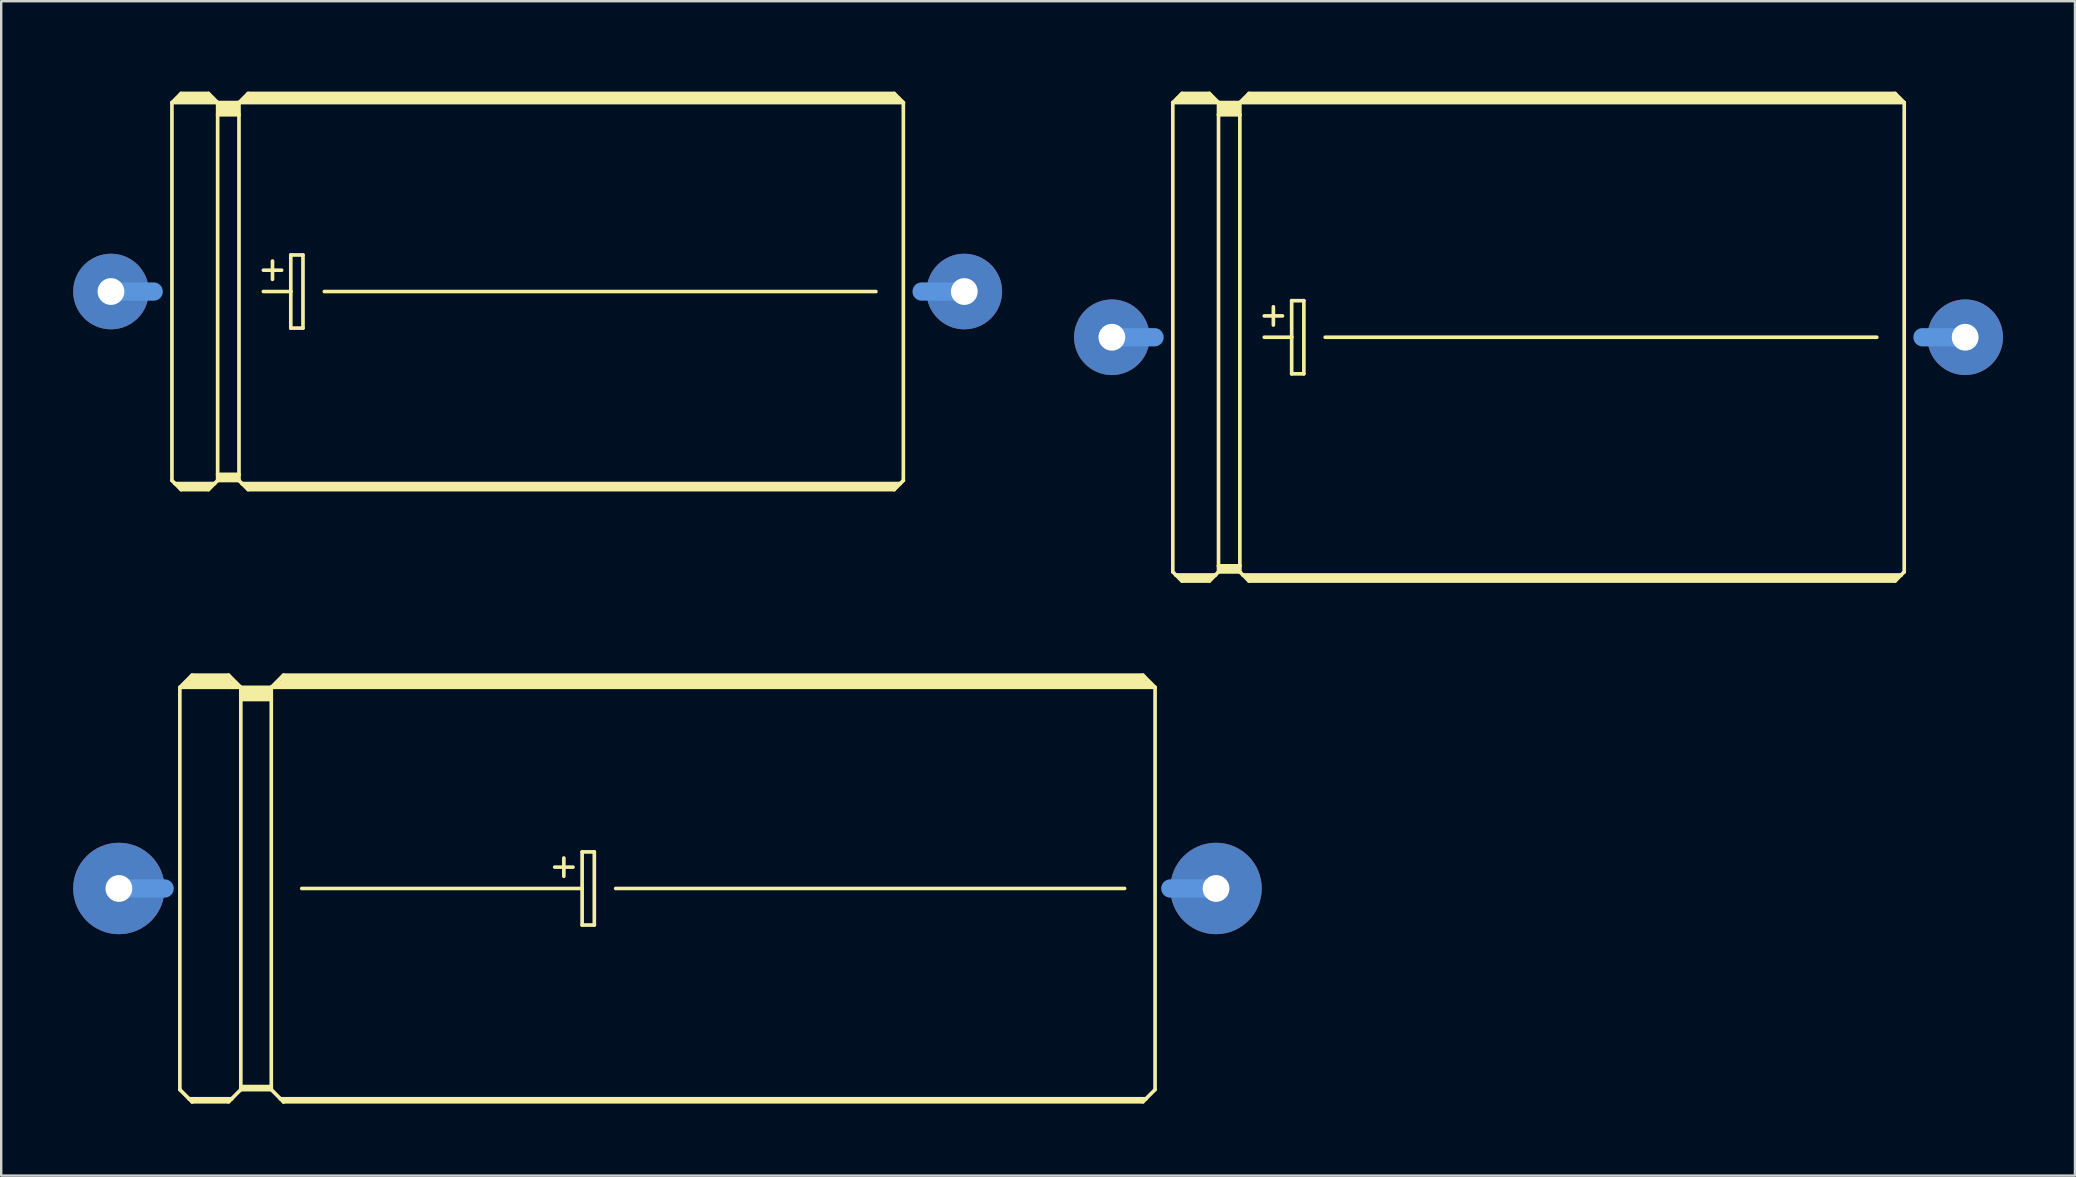
<source format=kicad_pcb>
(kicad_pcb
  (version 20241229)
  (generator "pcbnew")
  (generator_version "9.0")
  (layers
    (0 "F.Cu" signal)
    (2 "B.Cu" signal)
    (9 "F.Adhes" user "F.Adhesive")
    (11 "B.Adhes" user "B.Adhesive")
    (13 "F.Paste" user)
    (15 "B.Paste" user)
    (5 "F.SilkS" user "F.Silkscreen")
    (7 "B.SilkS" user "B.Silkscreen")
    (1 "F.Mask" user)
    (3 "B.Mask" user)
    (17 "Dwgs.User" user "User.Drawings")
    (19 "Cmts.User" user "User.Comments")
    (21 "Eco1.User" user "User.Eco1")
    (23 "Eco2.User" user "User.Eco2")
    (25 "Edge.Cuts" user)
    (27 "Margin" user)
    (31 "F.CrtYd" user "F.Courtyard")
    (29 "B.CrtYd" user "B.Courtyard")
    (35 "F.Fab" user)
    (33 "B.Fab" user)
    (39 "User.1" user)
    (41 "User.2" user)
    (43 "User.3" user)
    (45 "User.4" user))
  (footprint "E35-18"
    (layer "F.Cu")
    (at 61.064 11.004)
    (property "Reference" "E35-18" (at -11.303 -9.652 0) (layer "Eco1.User") (effects (font (size 1.778 1.778) (thickness 0.178))))
    (attr through_hole)
    (fp_line (start -15.24 -9.779) (end -15.24 9.779) (stroke (width 0.152) (type solid)) (layer "F.SilkS"))
    (fp_line (start -15.24 -9.779) (end -14.859 -10.16) (stroke (width 0.152) (type solid)) (layer "F.SilkS"))
    (fp_line (start -15.24 -9.779) (end -13.335 -9.779) (stroke (width 0.152) (type solid)) (layer "F.SilkS"))
    (fp_line (start -15.24 9.779) (end -15.113 9.906) (stroke (width 0.152) (type solid)) (layer "F.SilkS"))
    (fp_line (start -15.113 9.906) (end -14.859 10.16) (stroke (width 0.152) (type solid)) (layer "F.SilkS"))
    (fp_line (start -15.113 9.906) (end -13.462 9.906) (stroke (width 0.152) (type solid)) (layer "F.SilkS"))
    (fp_line (start -14.986 -9.906) (end -13.589 -9.906) (stroke (width 0.305) (type solid)) (layer "F.SilkS"))
    (fp_line (start -14.859 -10.16) (end -13.716 -10.16) (stroke (width 0.152) (type solid)) (layer "F.SilkS"))
    (fp_line (start -14.859 -10.033) (end -13.716 -10.033) (stroke (width 0.305) (type solid)) (layer "F.SilkS"))
    (fp_line (start -14.859 10.033) (end -13.716 10.033) (stroke (width 0.305) (type solid)) (layer "F.SilkS"))
    (fp_line (start -14.859 10.16) (end -13.716 10.16) (stroke (width 0.152) (type solid)) (layer "F.SilkS"))
    (fp_line (start -13.462 9.906) (end -13.716 10.16) (stroke (width 0.152) (type solid)) (layer "F.SilkS"))
    (fp_line (start -13.335 -9.779) (end -13.716 -10.16) (stroke (width 0.152) (type solid)) (layer "F.SilkS"))
    (fp_line (start -13.335 -9.779) (end -13.335 -9.271) (stroke (width 0.152) (type solid)) (layer "F.SilkS"))
    (fp_line (start -13.335 -9.779) (end -12.446 -9.779) (stroke (width 0.152) (type solid)) (layer "F.SilkS"))
    (fp_line (start -13.335 -9.271) (end -13.335 9.525) (stroke (width 0.152) (type solid)) (layer "F.SilkS"))
    (fp_line (start -13.335 -9.271) (end -12.446 -9.271) (stroke (width 0.152) (type solid)) (layer "F.SilkS"))
    (fp_line (start -13.335 9.525) (end -13.335 9.779) (stroke (width 0.152) (type solid)) (layer "F.SilkS"))
    (fp_line (start -13.335 9.525) (end -12.446 9.525) (stroke (width 0.152) (type solid)) (layer "F.SilkS"))
    (fp_line (start -13.335 9.779) (end -13.462 9.906) (stroke (width 0.152) (type solid)) (layer "F.SilkS"))
    (fp_line (start -13.335 9.779) (end -12.446 9.779) (stroke (width 0.152) (type solid)) (layer "F.SilkS"))
    (fp_line (start -13.208 -9.652) (end -12.573 -9.652) (stroke (width 0.305) (type solid)) (layer "F.SilkS"))
    (fp_line (start -13.208 -9.398) (end -12.573 -9.398) (stroke (width 0.305) (type solid)) (layer "F.SilkS"))
    (fp_line (start -13.208 9.652) (end -12.573 9.652) (stroke (width 0.305) (type solid)) (layer "F.SilkS"))
    (fp_line (start -12.446 -9.779) (end -12.446 -9.271) (stroke (width 0.152) (type solid)) (layer "F.SilkS"))
    (fp_line (start -12.446 -9.779) (end -12.065 -10.16) (stroke (width 0.152) (type solid)) (layer "F.SilkS"))
    (fp_line (start -12.446 -9.779) (end 15.24 -9.779) (stroke (width 0.152) (type solid)) (layer "F.SilkS"))
    (fp_line (start -12.446 -9.271) (end -12.446 9.525) (stroke (width 0.152) (type solid)) (layer "F.SilkS"))
    (fp_line (start -12.446 9.525) (end -12.446 9.779) (stroke (width 0.152) (type solid)) (layer "F.SilkS"))
    (fp_line (start -12.319 9.906) (end -12.446 9.779) (stroke (width 0.152) (type solid)) (layer "F.SilkS"))
    (fp_line (start -12.319 9.906) (end 15.113 9.906) (stroke (width 0.152) (type solid)) (layer "F.SilkS"))
    (fp_line (start -12.192 -9.906) (end 14.986 -9.906) (stroke (width 0.305) (type solid)) (layer "F.SilkS"))
    (fp_line (start -12.065 -10.033) (end 14.859 -10.033) (stroke (width 0.305) (type solid)) (layer "F.SilkS"))
    (fp_line (start -12.065 10.033) (end 14.859 10.033) (stroke (width 0.305) (type solid)) (layer "F.SilkS"))
    (fp_line (start -12.065 10.16) (end -12.319 9.906) (stroke (width 0.152) (type solid)) (layer "F.SilkS"))
    (fp_line (start -11.43 -0.889) (end -10.668 -0.889) (stroke (width 0.152) (type solid)) (layer "F.SilkS"))
    (fp_line (start -11.43 0) (end -10.287 0) (stroke (width 0.152) (type solid)) (layer "F.SilkS"))
    (fp_line (start -11.049 -1.27) (end -11.049 -0.508) (stroke (width 0.152) (type solid)) (layer "F.SilkS"))
    (fp_line (start -10.287 -1.524) (end -10.287 0) (stroke (width 0.152) (type solid)) (layer "F.SilkS"))
    (fp_line (start -10.287 0) (end -10.287 1.524) (stroke (width 0.152) (type solid)) (layer "F.SilkS"))
    (fp_line (start -10.287 1.524) (end -9.779 1.524) (stroke (width 0.152) (type solid)) (layer "F.SilkS"))
    (fp_line (start -9.779 -1.524) (end -10.287 -1.524) (stroke (width 0.152) (type solid)) (layer "F.SilkS"))
    (fp_line (start -9.779 1.524) (end -9.779 -1.524) (stroke (width 0.152) (type solid)) (layer "F.SilkS"))
    (fp_line (start -8.89 0) (end 14.097 0) (stroke (width 0.152) (type solid)) (layer "F.SilkS"))
    (fp_line (start 14.859 -10.16) (end -12.065 -10.16) (stroke (width 0.152) (type solid)) (layer "F.SilkS"))
    (fp_line (start 14.859 10.16) (end -12.065 10.16) (stroke (width 0.152) (type solid)) (layer "F.SilkS"))
    (fp_line (start 15.113 9.906) (end 14.859 10.16) (stroke (width 0.152) (type solid)) (layer "F.SilkS"))
    (fp_line (start 15.24 -9.779) (end 14.859 -10.16) (stroke (width 0.152) (type solid)) (layer "F.SilkS"))
    (fp_line (start 15.24 -9.779) (end 15.24 9.779) (stroke (width 0.152) (type solid)) (layer "F.SilkS"))
    (fp_line (start 15.24 9.779) (end 15.113 9.906) (stroke (width 0.152) (type solid)) (layer "F.SilkS"))
    (fp_line (start -17.78 0) (end -16.002 0) (stroke (width 0.762) (type solid)) (layer "Cmts.User"))
    (fp_line (start 17.78 0) (end 16.002 0) (stroke (width 0.762) (type solid)) (layer "Cmts.User"))
    (pad "+" thru_hole oval (at -17.78 0) (size 3.15 3.15) (drill 1.118) (layers "*.Cu" "*.Mask"))
    (pad "-" thru_hole oval (at 17.78 0) (size 3.15 3.15) (drill 1.118) (layers "*.Cu" "*.Mask")))
  (footprint "E45-18"
    (layer "F.Cu")
    (at 24.765 33.975)
    (property "Reference" "E45-18" (at -16.002 -8.382 0) (layer "Eco1.User") (effects (font (size 1.778 1.778) (thickness 0.178))))
    (attr through_hole)
    (fp_line (start -20.32 -8.382) (end -20.32 8.382) (stroke (width 0.152) (type solid)) (layer "F.SilkS"))
    (fp_line (start -20.32 -8.382) (end -19.812 -8.89) (stroke (width 0.152) (type solid)) (layer "F.SilkS"))
    (fp_line (start -20.32 -8.382) (end -17.78 -8.382) (stroke (width 0.152) (type solid)) (layer "F.SilkS"))
    (fp_line (start -20.32 8.382) (end -19.939 8.763) (stroke (width 0.152) (type solid)) (layer "F.SilkS"))
    (fp_line (start -20.066 -8.509) (end -18.034 -8.509) (stroke (width 0.305) (type solid)) (layer "F.SilkS"))
    (fp_line (start -19.939 8.763) (end -19.812 8.89) (stroke (width 0.152) (type solid)) (layer "F.SilkS"))
    (fp_line (start -19.939 8.763) (end -18.161 8.763) (stroke (width 0.152) (type solid)) (layer "F.SilkS"))
    (fp_line (start -19.812 -8.89) (end -18.288 -8.89) (stroke (width 0.152) (type solid)) (layer "F.SilkS"))
    (fp_line (start -19.812 -8.763) (end -18.288 -8.763) (stroke (width 0.305) (type solid)) (layer "F.SilkS"))
    (fp_line (start -19.812 8.839) (end -18.288 8.839) (stroke (width 0.152) (type solid)) (layer "F.SilkS"))
    (fp_line (start -19.812 8.89) (end -19.812 8.839) (stroke (width 0.152) (type solid)) (layer "F.SilkS"))
    (fp_line (start -19.812 8.89) (end -18.288 8.89) (stroke (width 0.152) (type solid)) (layer "F.SilkS"))
    (fp_line (start -18.288 -8.89) (end -17.78 -8.382) (stroke (width 0.152) (type solid)) (layer "F.SilkS"))
    (fp_line (start -18.288 8.89) (end -18.161 8.763) (stroke (width 0.152) (type solid)) (layer "F.SilkS"))
    (fp_line (start -18.161 8.763) (end -17.78 8.382) (stroke (width 0.152) (type solid)) (layer "F.SilkS"))
    (fp_line (start -17.78 -8.382) (end -16.51 -8.382) (stroke (width 0.152) (type solid)) (layer "F.SilkS"))
    (fp_line (start -17.78 -7.874) (end -17.78 -8.382) (stroke (width 0.152) (type solid)) (layer "F.SilkS"))
    (fp_line (start -17.78 -7.874) (end -16.51 -7.874) (stroke (width 0.152) (type solid)) (layer "F.SilkS"))
    (fp_line (start -17.78 8.255) (end -17.78 -7.874) (stroke (width 0.152) (type solid)) (layer "F.SilkS"))
    (fp_line (start -17.78 8.255) (end -16.51 8.255) (stroke (width 0.152) (type solid)) (layer "F.SilkS"))
    (fp_line (start -17.78 8.331) (end -17.78 8.255) (stroke (width 0.152) (type solid)) (layer "F.SilkS"))
    (fp_line (start -17.78 8.331) (end -16.51 8.331) (stroke (width 0.152) (type solid)) (layer "F.SilkS"))
    (fp_line (start -17.78 8.382) (end -17.78 8.331) (stroke (width 0.152) (type solid)) (layer "F.SilkS"))
    (fp_line (start -17.78 8.382) (end -16.51 8.382) (stroke (width 0.152) (type solid)) (layer "F.SilkS"))
    (fp_line (start -17.653 -8.255) (end -16.637 -8.255) (stroke (width 0.305) (type solid)) (layer "F.SilkS"))
    (fp_line (start -17.653 -8.001) (end -16.637 -8.001) (stroke (width 0.305) (type solid)) (layer "F.SilkS"))
    (fp_line (start -16.51 -8.382) (end -16.002 -8.89) (stroke (width 0.152) (type solid)) (layer "F.SilkS"))
    (fp_line (start -16.51 -8.382) (end 20.32 -8.382) (stroke (width 0.152) (type solid)) (layer "F.SilkS"))
    (fp_line (start -16.51 -7.874) (end -16.51 -8.382) (stroke (width 0.152) (type solid)) (layer "F.SilkS"))
    (fp_line (start -16.51 8.255) (end -16.51 -7.874) (stroke (width 0.152) (type solid)) (layer "F.SilkS"))
    (fp_line (start -16.51 8.331) (end -16.51 8.255) (stroke (width 0.152) (type solid)) (layer "F.SilkS"))
    (fp_line (start -16.51 8.382) (end -16.51 8.331) (stroke (width 0.152) (type solid)) (layer "F.SilkS"))
    (fp_line (start -16.51 8.382) (end -16.129 8.763) (stroke (width 0.152) (type solid)) (layer "F.SilkS"))
    (fp_line (start -16.256 -8.509) (end 20.066 -8.509) (stroke (width 0.305) (type solid)) (layer "F.SilkS"))
    (fp_line (start -16.129 8.763) (end -16.002 8.89) (stroke (width 0.152) (type solid)) (layer "F.SilkS"))
    (fp_line (start -16.129 8.763) (end 19.939 8.763) (stroke (width 0.152) (type solid)) (layer "F.SilkS"))
    (fp_line (start -16.002 -8.89) (end 19.812 -8.89) (stroke (width 0.152) (type solid)) (layer "F.SilkS"))
    (fp_line (start -16.002 -8.763) (end 19.812 -8.763) (stroke (width 0.305) (type solid)) (layer "F.SilkS"))
    (fp_line (start -16.002 8.839) (end 19.812 8.839) (stroke (width 0.152) (type solid)) (layer "F.SilkS"))
    (fp_line (start -16.002 8.89) (end -16.002 8.839) (stroke (width 0.152) (type solid)) (layer "F.SilkS"))
    (fp_line (start -16.002 8.89) (end 19.812 8.89) (stroke (width 0.152) (type solid)) (layer "F.SilkS"))
    (fp_line (start -15.24 0) (end -3.556 0) (stroke (width 0.152) (type solid)) (layer "F.SilkS"))
    (fp_line (start -4.699 -0.889) (end -3.937 -0.889) (stroke (width 0.152) (type solid)) (layer "F.SilkS"))
    (fp_line (start -4.318 -1.27) (end -4.318 -0.508) (stroke (width 0.152) (type solid)) (layer "F.SilkS"))
    (fp_line (start -3.556 -1.524) (end -3.556 0) (stroke (width 0.152) (type solid)) (layer "F.SilkS"))
    (fp_line (start -3.556 0) (end -3.556 1.524) (stroke (width 0.152) (type solid)) (layer "F.SilkS"))
    (fp_line (start -3.556 1.524) (end -3.048 1.524) (stroke (width 0.152) (type solid)) (layer "F.SilkS"))
    (fp_line (start -3.048 -1.524) (end -3.556 -1.524) (stroke (width 0.152) (type solid)) (layer "F.SilkS"))
    (fp_line (start -3.048 1.524) (end -3.048 -1.524) (stroke (width 0.152) (type solid)) (layer "F.SilkS"))
    (fp_line (start -2.159 0) (end 19.05 0) (stroke (width 0.152) (type solid)) (layer "F.SilkS"))
    (fp_line (start 19.812 -8.89) (end 20.32 -8.382) (stroke (width 0.152) (type solid)) (layer "F.SilkS"))
    (fp_line (start 19.812 8.89) (end 19.939 8.763) (stroke (width 0.152) (type solid)) (layer "F.SilkS"))
    (fp_line (start 19.939 8.763) (end 20.32 8.382) (stroke (width 0.152) (type solid)) (layer "F.SilkS"))
    (fp_line (start 20.32 -8.382) (end 20.32 8.382) (stroke (width 0.152) (type solid)) (layer "F.SilkS"))
    (fp_line (start -22.86 0) (end -20.955 0) (stroke (width 0.762) (type solid)) (layer "Cmts.User"))
    (fp_line (start 22.86 0) (end 20.955 0) (stroke (width 0.762) (type solid)) (layer "Cmts.User"))
    (pad "+" thru_hole oval (at -22.86 0) (size 3.81 3.81) (drill 1.118) (layers "*.Cu" "*.Mask"))
    (pad "-" thru_hole oval (at 22.86 0) (size 3.81 3.81) (drill 1.118) (layers "*.Cu" "*.Mask")))
  (footprint "E35-16"
    (layer "F.Cu")
    (at 19.355 9.099)
    (property "Reference" "E35-16" (at -11.303 -7.747 0) (layer "Eco1.User") (effects (font (size 1.778 1.778) (thickness 0.178))))
    (attr through_hole)
    (fp_line (start -15.24 -7.874) (end -15.24 7.874) (stroke (width 0.152) (type solid)) (layer "F.SilkS"))
    (fp_line (start -15.24 -7.874) (end -14.859 -8.255) (stroke (width 0.152) (type solid)) (layer "F.SilkS"))
    (fp_line (start -15.24 -7.874) (end -13.335 -7.874) (stroke (width 0.152) (type solid)) (layer "F.SilkS"))
    (fp_line (start -15.24 7.874) (end -15.113 8.001) (stroke (width 0.152) (type solid)) (layer "F.SilkS"))
    (fp_line (start -15.113 8.001) (end -14.859 8.255) (stroke (width 0.152) (type solid)) (layer "F.SilkS"))
    (fp_line (start -15.113 8.001) (end -13.462 8.001) (stroke (width 0.152) (type solid)) (layer "F.SilkS"))
    (fp_line (start -14.986 -8.001) (end -13.589 -8.001) (stroke (width 0.305) (type solid)) (layer "F.SilkS"))
    (fp_line (start -14.859 -8.255) (end -13.716 -8.255) (stroke (width 0.152) (type solid)) (layer "F.SilkS"))
    (fp_line (start -14.859 -8.128) (end -13.716 -8.128) (stroke (width 0.305) (type solid)) (layer "F.SilkS"))
    (fp_line (start -14.859 8.128) (end -13.716 8.128) (stroke (width 0.305) (type solid)) (layer "F.SilkS"))
    (fp_line (start -14.859 8.255) (end -13.716 8.255) (stroke (width 0.152) (type solid)) (layer "F.SilkS"))
    (fp_line (start -13.462 8.001) (end -13.716 8.255) (stroke (width 0.152) (type solid)) (layer "F.SilkS"))
    (fp_line (start -13.335 -7.874) (end -13.716 -8.255) (stroke (width 0.152) (type solid)) (layer "F.SilkS"))
    (fp_line (start -13.335 -7.874) (end -13.335 -7.366) (stroke (width 0.152) (type solid)) (layer "F.SilkS"))
    (fp_line (start -13.335 -7.874) (end -12.446 -7.874) (stroke (width 0.152) (type solid)) (layer "F.SilkS"))
    (fp_line (start -13.335 -7.366) (end -13.335 7.62) (stroke (width 0.152) (type solid)) (layer "F.SilkS"))
    (fp_line (start -13.335 -7.366) (end -12.446 -7.366) (stroke (width 0.152) (type solid)) (layer "F.SilkS"))
    (fp_line (start -13.335 7.62) (end -13.335 7.874) (stroke (width 0.152) (type solid)) (layer "F.SilkS"))
    (fp_line (start -13.335 7.62) (end -12.446 7.62) (stroke (width 0.152) (type solid)) (layer "F.SilkS"))
    (fp_line (start -13.335 7.874) (end -13.462 8.001) (stroke (width 0.152) (type solid)) (layer "F.SilkS"))
    (fp_line (start -13.335 7.874) (end -12.446 7.874) (stroke (width 0.152) (type solid)) (layer "F.SilkS"))
    (fp_line (start -13.208 -7.747) (end -12.573 -7.747) (stroke (width 0.305) (type solid)) (layer "F.SilkS"))
    (fp_line (start -13.208 -7.493) (end -12.573 -7.493) (stroke (width 0.305) (type solid)) (layer "F.SilkS"))
    (fp_line (start -13.208 7.747) (end -12.573 7.747) (stroke (width 0.305) (type solid)) (layer "F.SilkS"))
    (fp_line (start -12.446 -7.874) (end -12.446 -7.366) (stroke (width 0.152) (type solid)) (layer "F.SilkS"))
    (fp_line (start -12.446 -7.874) (end -12.065 -8.255) (stroke (width 0.152) (type solid)) (layer "F.SilkS"))
    (fp_line (start -12.446 -7.874) (end 15.24 -7.874) (stroke (width 0.152) (type solid)) (layer "F.SilkS"))
    (fp_line (start -12.446 -7.366) (end -12.446 7.62) (stroke (width 0.152) (type solid)) (layer "F.SilkS"))
    (fp_line (start -12.446 7.62) (end -12.446 7.874) (stroke (width 0.152) (type solid)) (layer "F.SilkS"))
    (fp_line (start -12.319 8.001) (end -12.446 7.874) (stroke (width 0.152) (type solid)) (layer "F.SilkS"))
    (fp_line (start -12.319 8.001) (end 15.113 8.001) (stroke (width 0.152) (type solid)) (layer "F.SilkS"))
    (fp_line (start -12.192 -8.001) (end 14.986 -8.001) (stroke (width 0.305) (type solid)) (layer "F.SilkS"))
    (fp_line (start -12.065 -8.128) (end 14.859 -8.128) (stroke (width 0.305) (type solid)) (layer "F.SilkS"))
    (fp_line (start -12.065 8.128) (end 14.859 8.128) (stroke (width 0.305) (type solid)) (layer "F.SilkS"))
    (fp_line (start -12.065 8.255) (end -12.319 8.001) (stroke (width 0.152) (type solid)) (layer "F.SilkS"))
    (fp_line (start -11.43 -0.889) (end -10.668 -0.889) (stroke (width 0.152) (type solid)) (layer "F.SilkS"))
    (fp_line (start -11.43 0) (end -10.287 0) (stroke (width 0.152) (type solid)) (layer "F.SilkS"))
    (fp_line (start -11.049 -1.27) (end -11.049 -0.508) (stroke (width 0.152) (type solid)) (layer "F.SilkS"))
    (fp_line (start -10.287 -1.524) (end -10.287 0) (stroke (width 0.152) (type solid)) (layer "F.SilkS"))
    (fp_line (start -10.287 0) (end -10.287 1.524) (stroke (width 0.152) (type solid)) (layer "F.SilkS"))
    (fp_line (start -10.287 1.524) (end -9.779 1.524) (stroke (width 0.152) (type solid)) (layer "F.SilkS"))
    (fp_line (start -9.779 -1.524) (end -10.287 -1.524) (stroke (width 0.152) (type solid)) (layer "F.SilkS"))
    (fp_line (start -9.779 1.524) (end -9.779 -1.524) (stroke (width 0.152) (type solid)) (layer "F.SilkS"))
    (fp_line (start -8.89 0) (end 14.097 0) (stroke (width 0.152) (type solid)) (layer "F.SilkS"))
    (fp_line (start 14.859 -8.255) (end -12.065 -8.255) (stroke (width 0.152) (type solid)) (layer "F.SilkS"))
    (fp_line (start 14.859 8.255) (end -12.065 8.255) (stroke (width 0.152) (type solid)) (layer "F.SilkS"))
    (fp_line (start 15.113 8.001) (end 14.859 8.255) (stroke (width 0.152) (type solid)) (layer "F.SilkS"))
    (fp_line (start 15.24 -7.874) (end 14.859 -8.255) (stroke (width 0.152) (type solid)) (layer "F.SilkS"))
    (fp_line (start 15.24 -7.874) (end 15.24 7.874) (stroke (width 0.152) (type solid)) (layer "F.SilkS"))
    (fp_line (start 15.24 7.874) (end 15.113 8.001) (stroke (width 0.152) (type solid)) (layer "F.SilkS"))
    (fp_line (start -17.78 0) (end -16.002 0) (stroke (width 0.762) (type solid)) (layer "Cmts.User"))
    (fp_line (start 17.78 0) (end 16.002 0) (stroke (width 0.762) (type solid)) (layer "Cmts.User"))
    (pad "+" thru_hole oval (at -17.78 0) (size 3.15 3.15) (drill 1.118) (layers "*.Cu" "*.Mask"))
    (pad "-" thru_hole oval (at 17.78 0) (size 3.15 3.15) (drill 1.118) (layers "*.Cu" "*.Mask")))
  (gr_rect
    (start -3 -3)
    (end 83.419 45.941)
    (stroke (width 0.1) (type default))
    (fill no)
    (layer "Edge.Cuts")))
</source>
